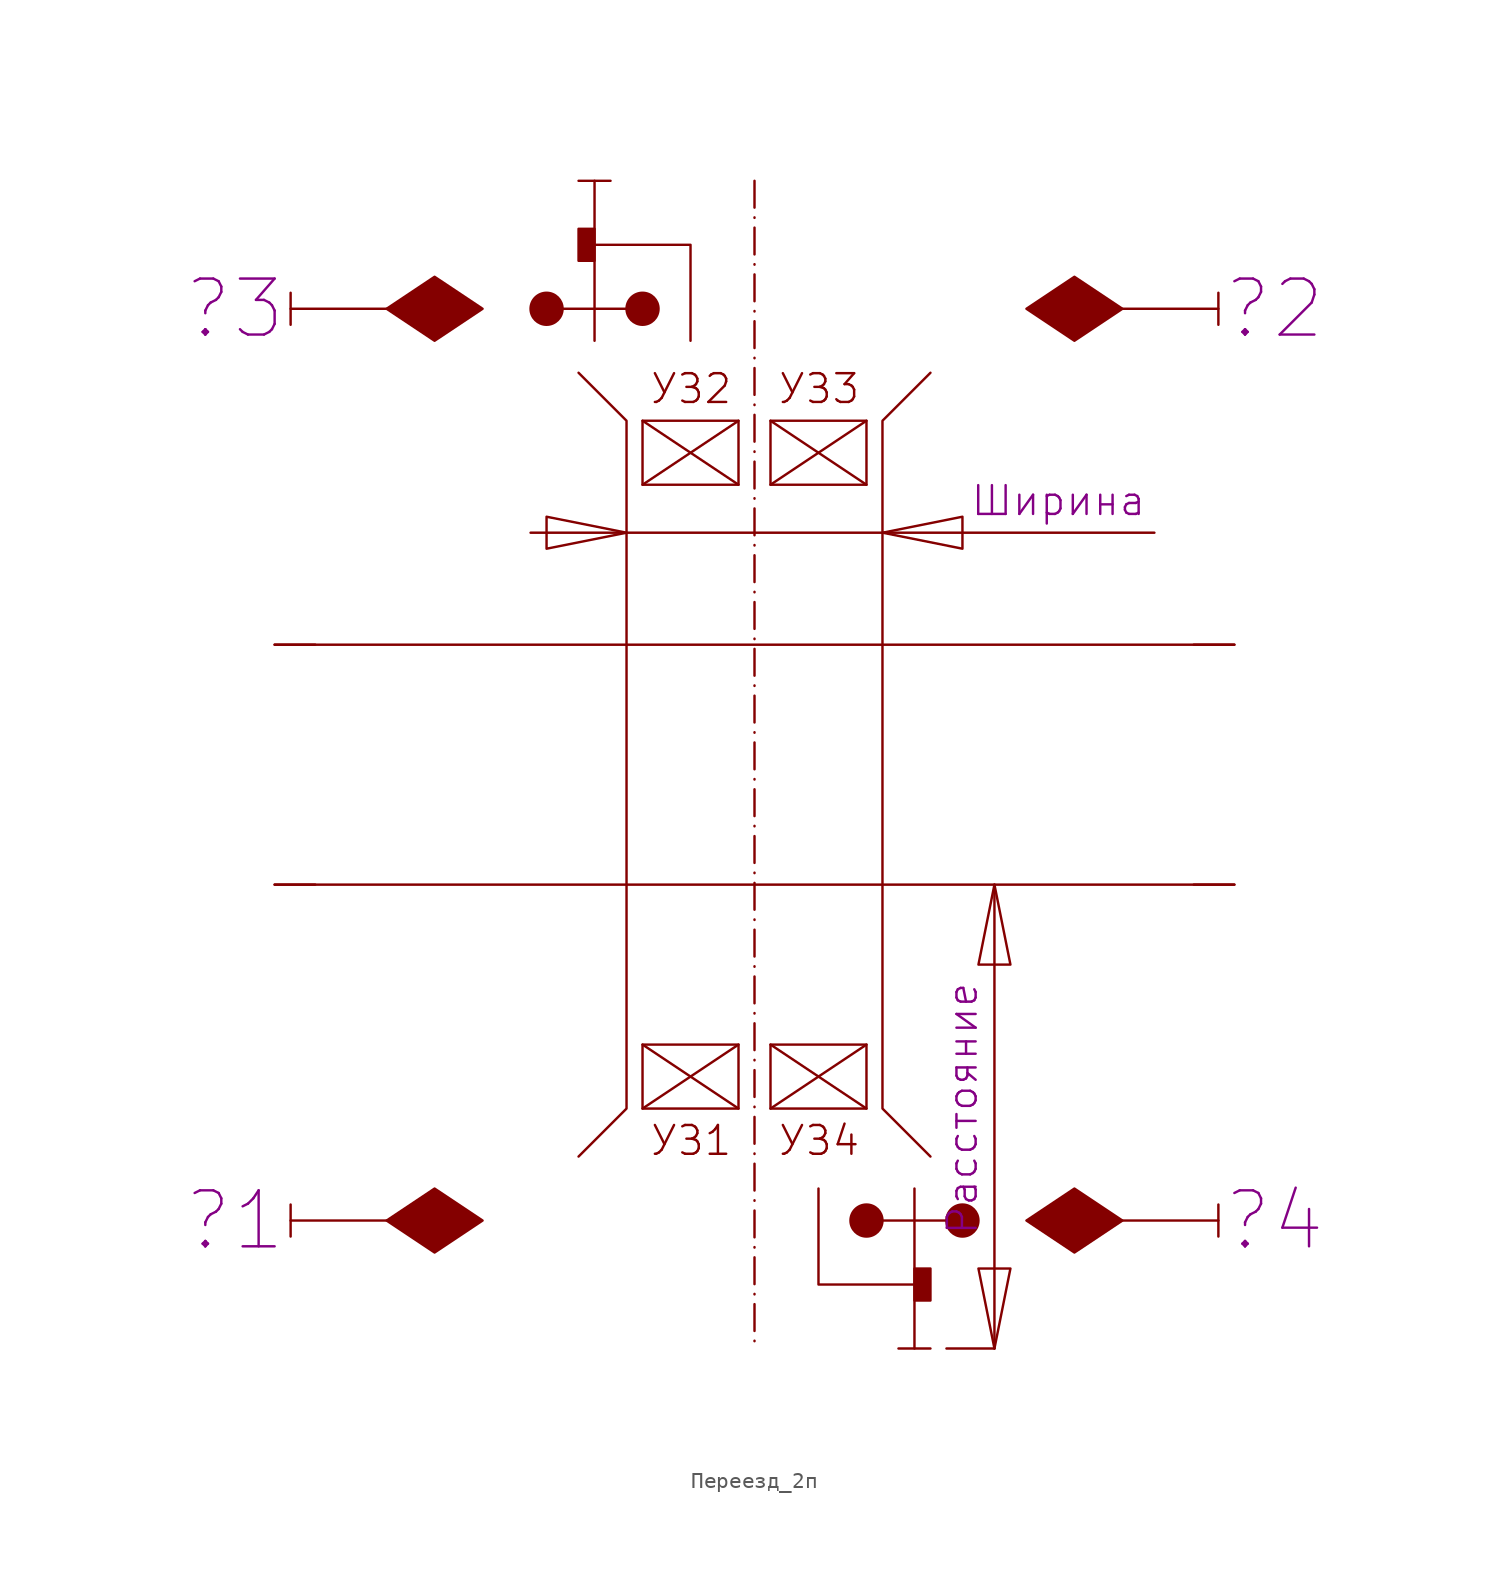
<source format=kicad_sym>
(kicad_symbol_lib
  (version 20231120)
  (generator "kicad_symbol_editor")
  (generator_version "8.0")
  (symbol "Переезд_2п"
    (pin_numbers hide)
    (pin_names
      (offset 0) hide)
    (property "Reference" "ПЕРЕЕЗД"
      (at 0 55 0)
      (effects (font (size 1.8 1.8)) (hide yes)))
    (property "Л.заградительного1" "?1"
      (at -32.5 -11 0)
      (do_not_autoplace)
      (effects (font (size 3.5 3.5))))
    (property "Л.заградительного2" "?2"
      (at 32.5 46 0)
      (do_not_autoplace)
      (effects (font (size 3.5 3.5))))
    (property "Л.заградительного3" "?3"
      (at -32.5 46 0)
      (do_not_autoplace)
      (effects (font (size 3.5 3.5))))
    (property "Л.заградительного4" "?4"
      (at 32.5 -11 0)
      (do_not_autoplace)
      (effects (font (size 3.5 3.5))))
    (property "Ширина" "Ширина"
      (at 19 34 0)
      (do_not_autoplace)
      (effects (font (size 1.8 1.8))))
    (property "Расстояние" "Расстояние"
      (at 13 -4 90)
      (do_not_autoplace)
      (effects (font (size 1.8 1.8))))
    (symbol "Переезд_2п_0_1"
      (rectangle (start -7 0) (end -1 -4) (stroke (width 0) (type default)) (fill (type none)))
      (rectangle (start -7 39) (end -1 35) (stroke (width 0) (type default)) (fill (type none)))
      (polyline (pts (xy -29 -12) (xy -29 -10)) (stroke (width 0) (type default)) (fill (type none)))
      (polyline (pts (xy -29 -11) (xy -23 -11)) (stroke (width 0) (type default)) (fill (type none)))
      (polyline (pts (xy -29 45) (xy -29 47)) (stroke (width 0) (type default)) (fill (type none)))
      (polyline (pts (xy -29 46) (xy -23 46)) (stroke (width 0) (type default)) (fill (type none)))
      (polyline (pts (xy -14 32) (xy 25 32)) (stroke (width 0) (type default)) (fill (type none)))
      (polyline (pts (xy -10 54) (xy -10 44)) (stroke (width 0) (type default)) (fill (type none)))
      (polyline (pts (xy -9 54) (xy -11 54)) (stroke (width 0) (type default)) (fill (type none)))
      (polyline (pts (xy -7 46) (xy -13 46)) (stroke (width 0) (type default)) (fill (type none)))
      (polyline (pts (xy 7 -11) (xy 13 -11)) (stroke (width 0) (type default)) (fill (type none)))
      (polyline (pts (xy 9 -19) (xy 11 -19)) (stroke (width 0) (type default)) (fill (type none)))
      (polyline (pts (xy 10 -19) (xy 10 -9)) (stroke (width 0) (type default)) (fill (type none)))
      (polyline (pts (xy 15 10) (xy 15 -19)) (stroke (width 0) (type default)) (fill (type none)))
      (polyline (pts (xy 29 -12) (xy 29 -10)) (stroke (width 0) (type default)) (fill (type none)))
      (polyline (pts (xy 29 -11) (xy 23 -11)) (stroke (width 0) (type default)) (fill (type none)))
      (polyline (pts (xy 29 45) (xy 29 47)) (stroke (width 0) (type default)) (fill (type none)))
      (polyline (pts (xy 29 46) (xy 23 46)) (stroke (width 0) (type default)) (fill (type none)))
      (polyline (pts (xy -10 50) (xy -4 50) (xy -4 44)) (stroke (width 0) (type default)) (fill (type none)))
      (polyline (pts (xy 10 -15) (xy 4 -15) (xy 4 -9)) (stroke (width 0) (type default)) (fill (type none)))
      (polyline (pts (xy -11 -7) (xy -8 -4) (xy -8 39) (xy -11 42)) (stroke (width 0) (type default)) (fill (type none)))
      (polyline (pts (xy -8 32) (xy -13 33) (xy -13 31) (xy -8 32)) (stroke (width 0) (type default)) (fill (type none)))
      (polyline (pts (xy 8 32) (xy 13 33) (xy 13 31) (xy 8 32)) (stroke (width 0) (type default)) (fill (type none)))
      (polyline (pts (xy 11 -7) (xy 8 -4) (xy 8 39) (xy 11 42)) (stroke (width 0) (type default)) (fill (type none)))
      (polyline (pts (xy 15 -19) (xy 16 -14) (xy 14 -14) (xy 15 -19)) (stroke (width 0) (type default)) (fill (type none)))
      (polyline (pts (xy 15 10) (xy 16 5) (xy 14 5) (xy 15 10)) (stroke (width 0) (type default)) (fill (type none)))
      (rectangle (start 1 0) (end 7 -4) (stroke (width 0) (type default)) (fill (type none)))
      (rectangle (start 1 39) (end 7 35) (stroke (width 0) (type default)) (fill (type none))))
    (symbol "Переезд_2п_1_1"
      (circle (center -13 46) (radius 1) (stroke (width 0) (type default)) (fill (type outline)))
      (rectangle (start -10 49) (end -11 51) (stroke (width 0) (type default)) (fill (type outline)))
      (circle (center -7 46) (radius 1) (stroke (width 0) (type default)) (fill (type outline)))
      (polyline (pts (xy -7 0) (xy -1 -4)) (stroke (width 0) (type default)) (fill (type none)))
      (polyline (pts (xy -7 39) (xy -1 35)) (stroke (width 0) (type default)) (fill (type none)))
      (polyline (pts (xy -1 0) (xy -7 -4)) (stroke (width 0) (type default)) (fill (type none)))
      (polyline (pts (xy -1 39) (xy -7 35)) (stroke (width 0) (type default)) (fill (type none)))
      (polyline (pts (xy 0 54) (xy 0 -19)) (stroke (width 0) (type dash_dot)) (fill (type none)))
      (polyline (pts (xy 1 0) (xy 7 -4)) (stroke (width 0) (type default)) (fill (type none)))
      (polyline (pts (xy 1 39) (xy 7 35)) (stroke (width 0) (type default)) (fill (type none)))
      (polyline (pts (xy 7 0) (xy 1 -4)) (stroke (width 0) (type default)) (fill (type none)))
      (polyline (pts (xy 7 39) (xy 1 35)) (stroke (width 0) (type default)) (fill (type none)))
      (polyline (pts (xy 15 -19) (xy 12 -19)) (stroke (width 0) (type default)) (fill (type none)))
      (polyline (pts (xy 30 10) (xy -30 10)) (stroke (width 0) (type default)) (fill (type none)))
      (polyline (pts (xy 30 25) (xy -30 25)) (stroke (width 0) (type default)) (fill (type none)))
      (polyline (pts (xy -23 -11) (xy -20 -13) (xy -17 -11) (xy -20 -9) (xy -23 -11)) (stroke (width 0) (type default)) (fill (type outline)))
      (polyline (pts (xy -23 46) (xy -20 44) (xy -17 46) (xy -20 48) (xy -23 46)) (stroke (width 0) (type default)) (fill (type outline)))
      (polyline (pts (xy 23 -11) (xy 20 -13) (xy 17 -11) (xy 20 -9) (xy 23 -11)) (stroke (width 0) (type default)) (fill (type outline)))
      (polyline (pts (xy 23 46) (xy 20 44) (xy 17 46) (xy 20 48) (xy 23 46)) (stroke (width 0) (type default)) (fill (type outline)))
      (circle (center 7 -11) (radius 1) (stroke (width 0) (type default)) (fill (type outline)))
      (rectangle (start 10 -14) (end 11 -16) (stroke (width 0) (type default)) (fill (type outline)))
      (circle (center 13 -11) (radius 1) (stroke (width 0) (type default)) (fill (type outline)))
      (text "УЗ1" (at -4 -6 0) (effects (font (size 1.8 1.8))))
      (text "УЗ2" (at -4 41 0) (effects (font (size 1.8 1.8))))
      (text "УЗ3" (at 4 41 0) (effects (font (size 1.8 1.8))))
      (text "УЗ4" (at 4 -6 0) (effects (font (size 1.8 1.8))))
      (pin unspecified line (at -30 10 0) (length 2.54) (name "привязка" (effects (font (size 1.8 1.8)))) (number "" (effects (font (size 1.8 1.8)))))
      (pin unspecified line (at -30 25 0) (length 2.54) (name "привязка" (effects (font (size 1.8 1.8)))) (number "" (effects (font (size 1.8 1.8)))))
      (pin unspecified line (at 30 10 180) (length 2.54) (name "привязка" (effects (font (size 1.8 1.8)))) (number "" (effects (font (size 1.8 1.8)))))
      (pin unspecified line (at 30 25 180) (length 2.54) (name "привязка" (effects (font (size 1.8 1.8)))) (number "" (effects (font (size 1.8 1.8))))))))
</source>
